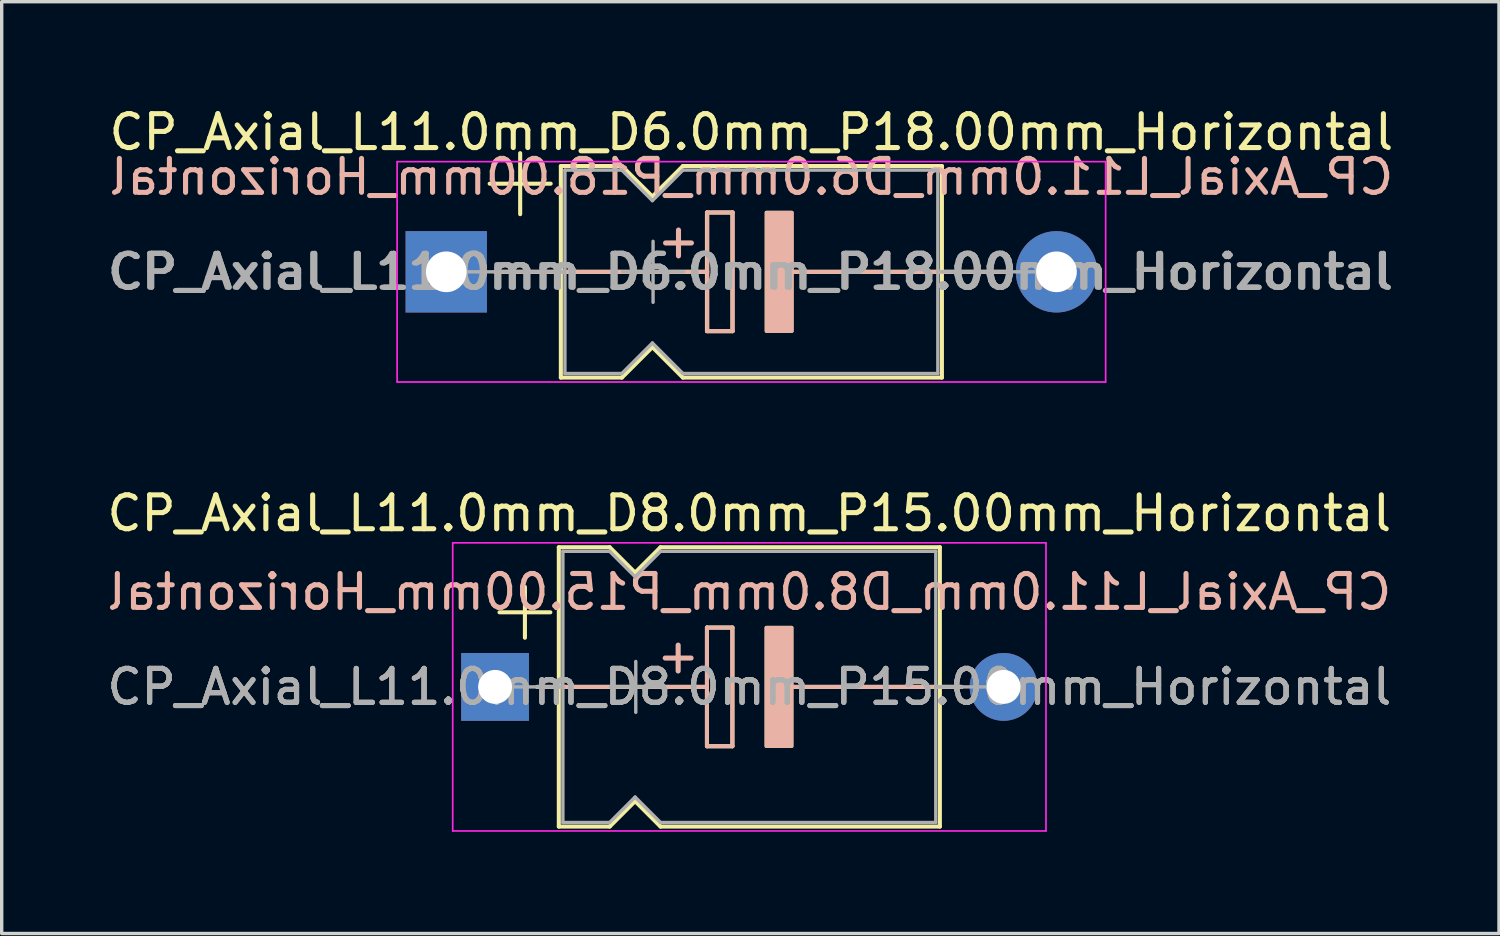
<source format=kicad_pcb>
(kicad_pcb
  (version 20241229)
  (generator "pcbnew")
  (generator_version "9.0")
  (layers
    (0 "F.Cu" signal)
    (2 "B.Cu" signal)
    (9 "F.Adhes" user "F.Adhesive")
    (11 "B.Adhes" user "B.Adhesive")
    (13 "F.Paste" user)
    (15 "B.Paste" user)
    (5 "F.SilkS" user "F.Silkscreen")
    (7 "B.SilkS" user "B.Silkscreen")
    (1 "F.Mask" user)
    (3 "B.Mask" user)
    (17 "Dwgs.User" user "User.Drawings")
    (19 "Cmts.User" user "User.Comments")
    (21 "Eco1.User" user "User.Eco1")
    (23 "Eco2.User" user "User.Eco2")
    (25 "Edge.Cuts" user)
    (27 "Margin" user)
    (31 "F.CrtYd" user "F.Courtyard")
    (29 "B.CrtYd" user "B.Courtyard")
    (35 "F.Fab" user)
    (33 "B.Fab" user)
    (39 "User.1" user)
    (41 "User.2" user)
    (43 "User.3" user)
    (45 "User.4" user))
  (footprint "CP_Axial_L11.0mm_D8.0mm_P15.00mm_Horizontal"
    (layer "F.Cu")
    (at 11.554 17.212)
    (property "Reference" "CP_Axial_L11.0mm_D8.0mm_P15.00mm_Horizontal" (at 7.5 -5.12 0) (layer "F.SilkS") (effects (font (size 1 1) (thickness 0.15))))
    (fp_line (start 0.13 -2.2) (end 1.63 -2.2) (stroke (width 0.12) (type solid)) (layer "F.SilkS"))
    (fp_line (start 0.88 -2.95) (end 0.88 -1.45) (stroke (width 0.12) (type solid)) (layer "F.SilkS"))
    (fp_line (start 1.24 0) (end 1.88 0) (stroke (width 0.12) (type solid)) (layer "F.SilkS"))
    (fp_line (start 1.88 -4.12) (end 1.88 4.12) (stroke (width 0.12) (type solid)) (layer "F.SilkS"))
    (fp_line (start 1.88 -4.12) (end 3.38 -4.12) (stroke (width 0.12) (type solid)) (layer "F.SilkS"))
    (fp_line (start 1.88 0) (end 6.25 0) (stroke (width 0.12) (type solid)) (layer "F.SilkS"))
    (fp_line (start 1.88 4.12) (end 3.38 4.12) (stroke (width 0.12) (type solid)) (layer "F.SilkS"))
    (fp_line (start 3.38 -4.12) (end 4.13 -3.37) (stroke (width 0.12) (type solid)) (layer "F.SilkS"))
    (fp_line (start 3.38 4.12) (end 4.13 3.37) (stroke (width 0.12) (type solid)) (layer "F.SilkS"))
    (fp_line (start 4.13 -3.37) (end 4.88 -4.12) (stroke (width 0.12) (type solid)) (layer "F.SilkS"))
    (fp_line (start 4.13 3.37) (end 4.88 4.12) (stroke (width 0.12) (type solid)) (layer "F.SilkS"))
    (fp_line (start 4.88 -4.12) (end 13.12 -4.12) (stroke (width 0.12) (type solid)) (layer "F.SilkS"))
    (fp_line (start 4.88 4.12) (end 13.12 4.12) (stroke (width 0.12) (type solid)) (layer "F.SilkS"))
    (fp_line (start 6.25 -1.75) (end 6.25 1.75) (stroke (width 0.12) (type solid)) (layer "F.SilkS"))
    (fp_line (start 6.25 -1.75) (end 7 -1.75) (stroke (width 0.12) (type solid)) (layer "F.SilkS"))
    (fp_line (start 7 -1.75) (end 7 1.75) (stroke (width 0.12) (type solid)) (layer "F.SilkS"))
    (fp_line (start 7 1.75) (end 6.25 1.75) (stroke (width 0.12) (type solid)) (layer "F.SilkS"))
    (fp_line (start 8.75 0) (end 13.12 0) (stroke (width 0.12) (type solid)) (layer "F.SilkS"))
    (fp_line (start 13.12 -4.12) (end 13.12 4.12) (stroke (width 0.12) (type solid)) (layer "F.SilkS"))
    (fp_line (start 13.76 0) (end 13.12 0) (stroke (width 0.12) (type solid)) (layer "F.SilkS"))
    (fp_poly (pts (xy 8.75 1.75) (xy 8 1.75) (xy 8 -1.75) (xy 8.75 -1.75)) (stroke (width 0.1) (type solid)) (fill yes) (layer "F.SilkS"))
    (fp_line (start 1.25 0) (end 2.38 0) (stroke (width 0.12) (type solid)) (layer "B.SilkS"))
    (fp_line (start 2.38 0) (end 6.25 0) (stroke (width 0.12) (type solid)) (layer "B.SilkS"))
    (fp_line (start 6.25 -1.75) (end 6.25 1.75) (stroke (width 0.12) (type solid)) (layer "B.SilkS"))
    (fp_line (start 6.25 -1.75) (end 7 -1.75) (stroke (width 0.12) (type solid)) (layer "B.SilkS"))
    (fp_line (start 7 -1.75) (end 7 1.75) (stroke (width 0.12) (type solid)) (layer "B.SilkS"))
    (fp_line (start 7 1.75) (end 6.25 1.75) (stroke (width 0.12) (type solid)) (layer "B.SilkS"))
    (fp_line (start 8.75 0) (end 12.62 0) (stroke (width 0.12) (type solid)) (layer "B.SilkS"))
    (fp_line (start 13.75 0) (end 12.62 0) (stroke (width 0.12) (type solid)) (layer "B.SilkS"))
    (fp_poly (pts (xy 8.75 1.75) (xy 8 1.75) (xy 8 -1.75) (xy 8.75 -1.75)) (stroke (width 0.1) (type solid)) (fill yes) (layer "B.SilkS"))
    (fp_line (start -1.25 -4.25) (end -1.25 4.25) (stroke (width 0.05) (type solid)) (layer "F.CrtYd"))
    (fp_line (start -1.25 4.25) (end 16.25 4.25) (stroke (width 0.05) (type solid)) (layer "F.CrtYd"))
    (fp_line (start 16.25 -4.25) (end -1.25 -4.25) (stroke (width 0.05) (type solid)) (layer "F.CrtYd"))
    (fp_line (start 16.25 4.25) (end 16.25 -4.25) (stroke (width 0.05) (type solid)) (layer "F.CrtYd"))
    (fp_line (start 0 0) (end 2 0) (stroke (width 0.1) (type solid)) (layer "F.Fab"))
    (fp_line (start 2 -4) (end 2 4) (stroke (width 0.1) (type solid)) (layer "F.Fab"))
    (fp_line (start 2 -4) (end 3.38 -4) (stroke (width 0.1) (type solid)) (layer "F.Fab"))
    (fp_line (start 2 4) (end 3.38 4) (stroke (width 0.1) (type solid)) (layer "F.Fab"))
    (fp_line (start 3.38 -4) (end 4.13 -3.25) (stroke (width 0.1) (type solid)) (layer "F.Fab"))
    (fp_line (start 3.38 4) (end 4.13 3.25) (stroke (width 0.1) (type solid)) (layer "F.Fab"))
    (fp_line (start 3.4 0) (end 4.9 0) (stroke (width 0.1) (type solid)) (layer "F.Fab"))
    (fp_line (start 4.13 -3.25) (end 4.88 -4) (stroke (width 0.1) (type solid)) (layer "F.Fab"))
    (fp_line (start 4.13 3.25) (end 4.88 4) (stroke (width 0.1) (type solid)) (layer "F.Fab"))
    (fp_line (start 4.15 -0.75) (end 4.15 0.75) (stroke (width 0.1) (type solid)) (layer "F.Fab"))
    (fp_line (start 4.88 -4) (end 13 -4) (stroke (width 0.1) (type solid)) (layer "F.Fab"))
    (fp_line (start 4.88 4) (end 13 4) (stroke (width 0.1) (type solid)) (layer "F.Fab"))
    (fp_line (start 13 -4) (end 13 4) (stroke (width 0.1) (type solid)) (layer "F.Fab"))
    (fp_line (start 15 0) (end 13 0) (stroke (width 0.1) (type solid)) (layer "F.Fab"))
    (fp_text user "+" (at 5.4 -0.925 0) (unlocked yes) (layer "B.SilkS") (effects (font (size 1 1) (thickness 0.15)) (justify mirror)))
    (fp_text user "${REFERENCE}" (at 7.5 -2.8 0) (layer "B.SilkS") (effects (font (size 1 1) (thickness 0.15)) (justify mirror)))
    (fp_text user "${REFERENCE}" (at 7.5 0 0) (layer "F.Fab") (effects (font (size 1 1) (thickness 0.15))))
    (fp_text user "${REFERENCE}" (at 7.5 0 0) (layer "F.Fab") (effects (font (size 1 1) (thickness 0.15))))
    (fp_text user "${REFERENCE}" (at 7.5 0 0) (layer "F.Fab") (effects (font (size 1 1) (thickness 0.15))))
    (pad "1" thru_hole rect (at 0 0) (size 2 2) (drill 1) (layers "*.Cu" "*.Mask"))
    (pad "2" thru_hole oval (at 15 0) (size 2 2) (drill 1) (layers "*.Cu" "*.Mask")))
  (footprint "CP_Axial_L11.0mm_D6.0mm_P18.00mm_Horizontal"
    (layer "F.Cu")
    (at 10.114 4.968)
    (property "Reference" "CP_Axial_L11.0mm_D6.0mm_P18.00mm_Horizontal" (at 9 -4.12 0) (layer "F.SilkS") (effects (font (size 1 1) (thickness 0.15))))
    (fp_line (start 1.28 -2.6) (end 3.08 -2.6) (stroke (width 0.12) (type solid)) (layer "F.SilkS"))
    (fp_line (start 1.44 0) (end 3.38 0) (stroke (width 0.12) (type solid)) (layer "F.SilkS"))
    (fp_line (start 2.18 -3.5) (end 2.18 -1.7) (stroke (width 0.12) (type solid)) (layer "F.SilkS"))
    (fp_line (start 3.38 -3.12) (end 3.38 3.12) (stroke (width 0.12) (type solid)) (layer "F.SilkS"))
    (fp_line (start 3.38 -3.12) (end 5.18 -3.12) (stroke (width 0.12) (type solid)) (layer "F.SilkS"))
    (fp_line (start 3.38 0) (end 7.69 0) (stroke (width 0.12) (type solid)) (layer "F.SilkS"))
    (fp_line (start 3.38 3.12) (end 5.18 3.12) (stroke (width 0.12) (type solid)) (layer "F.SilkS"))
    (fp_line (start 5.18 -3.12) (end 6.08 -2.22) (stroke (width 0.12) (type solid)) (layer "F.SilkS"))
    (fp_line (start 5.18 3.12) (end 6.08 2.22) (stroke (width 0.12) (type solid)) (layer "F.SilkS"))
    (fp_line (start 6.08 -2.22) (end 6.98 -3.12) (stroke (width 0.12) (type solid)) (layer "F.SilkS"))
    (fp_line (start 6.08 2.22) (end 6.98 3.12) (stroke (width 0.12) (type solid)) (layer "F.SilkS"))
    (fp_line (start 6.98 -3.12) (end 14.62 -3.12) (stroke (width 0.12) (type solid)) (layer "F.SilkS"))
    (fp_line (start 6.98 3.12) (end 14.62 3.12) (stroke (width 0.12) (type solid)) (layer "F.SilkS"))
    (fp_line (start 7.69 -1.75) (end 7.69 1.75) (stroke (width 0.12) (type solid)) (layer "F.SilkS"))
    (fp_line (start 7.69 -1.75) (end 8.44 -1.75) (stroke (width 0.12) (type solid)) (layer "F.SilkS"))
    (fp_line (start 8.44 -1.75) (end 8.44 1.75) (stroke (width 0.12) (type solid)) (layer "F.SilkS"))
    (fp_line (start 8.44 1.75) (end 7.69 1.75) (stroke (width 0.12) (type solid)) (layer "F.SilkS"))
    (fp_line (start 10.19 0) (end 14.62 0) (stroke (width 0.12) (type solid)) (layer "F.SilkS"))
    (fp_line (start 14.62 -3.12) (end 14.62 3.12) (stroke (width 0.12) (type solid)) (layer "F.SilkS"))
    (fp_line (start 16.56 0) (end 14.62 0) (stroke (width 0.12) (type solid)) (layer "F.SilkS"))
    (fp_poly (pts (xy 10.19 1.75) (xy 9.44 1.75) (xy 9.44 -1.75) (xy 10.19 -1.75)) (stroke (width 0.1) (type solid)) (fill yes) (layer "F.SilkS"))
    (fp_line (start 1.45 0) (end 3.83 0) (stroke (width 0.12) (type solid)) (layer "B.SilkS"))
    (fp_line (start 3.83 0) (end 7.7 0) (stroke (width 0.12) (type solid)) (layer "B.SilkS"))
    (fp_line (start 7.7 -1.75) (end 7.7 1.75) (stroke (width 0.12) (type solid)) (layer "B.SilkS"))
    (fp_line (start 7.7 -1.75) (end 8.45 -1.75) (stroke (width 0.12) (type solid)) (layer "B.SilkS"))
    (fp_line (start 8.45 -1.75) (end 8.45 1.75) (stroke (width 0.12) (type solid)) (layer "B.SilkS"))
    (fp_line (start 8.45 1.75) (end 7.7 1.75) (stroke (width 0.12) (type solid)) (layer "B.SilkS"))
    (fp_line (start 10.2 0) (end 14.07 0) (stroke (width 0.12) (type solid)) (layer "B.SilkS"))
    (fp_line (start 16.55 0) (end 14.07 0) (stroke (width 0.12) (type solid)) (layer "B.SilkS"))
    (fp_poly (pts (xy 10.2 1.75) (xy 9.45 1.75) (xy 9.45 -1.75) (xy 10.2 -1.75)) (stroke (width 0.1) (type solid)) (fill yes) (layer "B.SilkS"))
    (fp_line (start -1.45 -3.25) (end -1.45 3.25) (stroke (width 0.05) (type solid)) (layer "F.CrtYd"))
    (fp_line (start -1.45 3.25) (end 19.45 3.25) (stroke (width 0.05) (type solid)) (layer "F.CrtYd"))
    (fp_line (start 19.45 -3.25) (end -1.45 -3.25) (stroke (width 0.05) (type solid)) (layer "F.CrtYd"))
    (fp_line (start 19.45 3.25) (end 19.45 -3.25) (stroke (width 0.05) (type solid)) (layer "F.CrtYd"))
    (fp_line (start 0 0) (end 3.5 0) (stroke (width 0.1) (type solid)) (layer "F.Fab"))
    (fp_line (start 3.5 -3) (end 3.5 3) (stroke (width 0.1) (type solid)) (layer "F.Fab"))
    (fp_line (start 3.5 -3) (end 5.18 -3) (stroke (width 0.1) (type solid)) (layer "F.Fab"))
    (fp_line (start 3.5 3) (end 5.18 3) (stroke (width 0.1) (type solid)) (layer "F.Fab"))
    (fp_line (start 5.18 -3) (end 6.08 -2.1) (stroke (width 0.1) (type solid)) (layer "F.Fab"))
    (fp_line (start 5.18 3) (end 6.08 2.1) (stroke (width 0.1) (type solid)) (layer "F.Fab"))
    (fp_line (start 5.2 0) (end 7 0) (stroke (width 0.1) (type solid)) (layer "F.Fab"))
    (fp_line (start 6.08 -2.1) (end 6.98 -3) (stroke (width 0.1) (type solid)) (layer "F.Fab"))
    (fp_line (start 6.08 2.1) (end 6.98 3) (stroke (width 0.1) (type solid)) (layer "F.Fab"))
    (fp_line (start 6.1 -0.9) (end 6.1 0.9) (stroke (width 0.1) (type solid)) (layer "F.Fab"))
    (fp_line (start 6.98 -3) (end 14.5 -3) (stroke (width 0.1) (type solid)) (layer "F.Fab"))
    (fp_line (start 6.98 3) (end 14.5 3) (stroke (width 0.1) (type solid)) (layer "F.Fab"))
    (fp_line (start 14.5 -3) (end 14.5 3) (stroke (width 0.1) (type solid)) (layer "F.Fab"))
    (fp_line (start 18 0) (end 14.5 0) (stroke (width 0.1) (type solid)) (layer "F.Fab"))
    (fp_text user "${REFERENCE}" (at 9 -2.8 0) (layer "B.SilkS") (effects (font (size 1 1) (thickness 0.15)) (justify mirror)))
    (fp_text user "+" (at 6.85 -0.925 0) (unlocked yes) (layer "B.SilkS") (effects (font (size 1 1) (thickness 0.15)) (justify mirror)))
    (fp_text user "${REFERENCE}" (at 9 0 0) (layer "F.Fab") (effects (font (size 1 1) (thickness 0.15))))
    (fp_text user "${REFERENCE}" (at 9 0 0) (layer "F.Fab") (effects (font (size 1 1) (thickness 0.15))))
    (fp_text user "${REFERENCE}" (at 8.94 0 0) (layer "F.Fab") (effects (font (size 1 1) (thickness 0.15))))
    (pad "1" thru_hole rect (at 0 0) (size 2.4 2.4) (drill 1.2) (layers "*.Cu" "*.Mask"))
    (pad "2" thru_hole oval (at 18 0) (size 2.4 2.4) (drill 1.2) (layers "*.Cu" "*.Mask")))
  (gr_rect
    (start -3 -3)
    (end 41.167 24.486)
    (stroke (width 0.1) (type default))
    (fill no)
    (layer "Edge.Cuts")))
</source>
